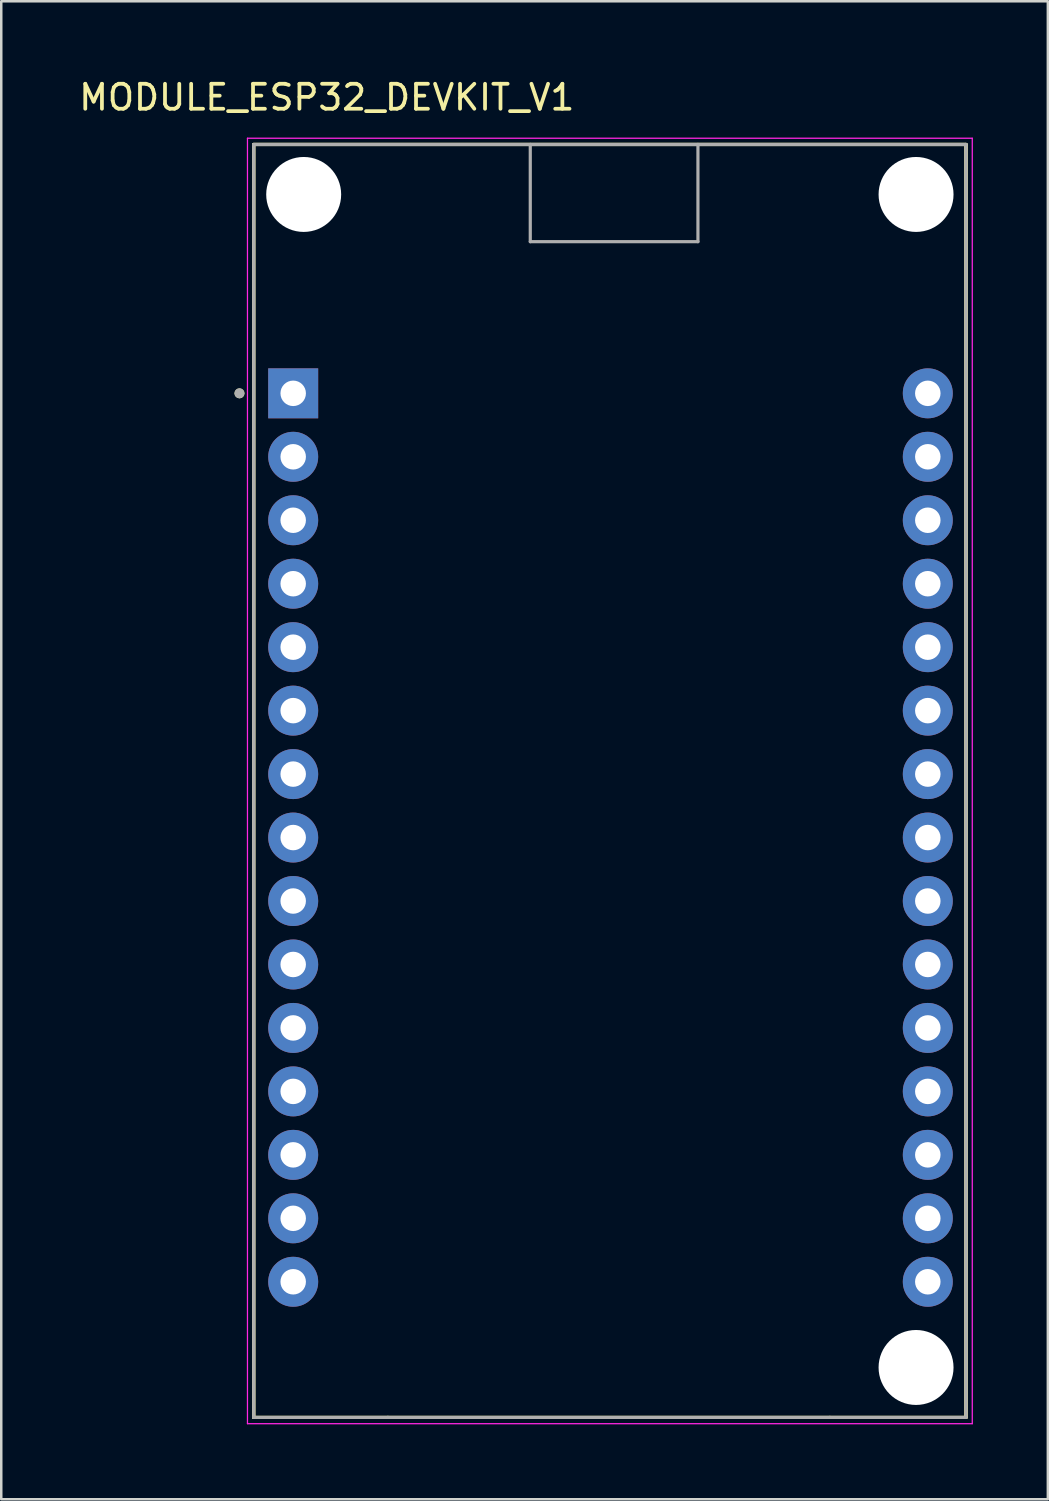
<source format=kicad_pcb>
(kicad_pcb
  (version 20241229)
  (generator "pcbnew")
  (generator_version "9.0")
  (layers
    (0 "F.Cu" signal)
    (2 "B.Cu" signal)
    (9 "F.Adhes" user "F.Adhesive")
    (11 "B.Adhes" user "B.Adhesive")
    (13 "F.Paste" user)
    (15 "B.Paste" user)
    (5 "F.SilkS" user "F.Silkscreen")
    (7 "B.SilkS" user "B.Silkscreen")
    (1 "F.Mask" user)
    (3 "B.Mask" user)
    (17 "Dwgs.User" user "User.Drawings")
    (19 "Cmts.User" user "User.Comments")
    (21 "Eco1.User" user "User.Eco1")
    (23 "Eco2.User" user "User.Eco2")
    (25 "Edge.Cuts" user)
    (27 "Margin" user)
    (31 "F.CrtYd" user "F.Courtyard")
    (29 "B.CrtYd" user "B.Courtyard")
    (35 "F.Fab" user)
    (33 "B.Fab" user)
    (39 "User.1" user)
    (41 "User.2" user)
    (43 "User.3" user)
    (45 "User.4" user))
  (footprint "MODULE_ESP32_DEVKIT_V1"
    (layer "F.Cu")
    (at 21.385 28.208)
    (property "Reference" "MODULE_ESP32_DEVKIT_V1" (at -11.355 -27.36 0) (layer "F.SilkS") (effects (font (size 1 1) (thickness 0.15))))
    (attr through_hole)
    (fp_line (start -14.28 -25.475) (end -3.211 -25.475) (stroke (width 0.127) (type solid)) (layer "F.SilkS"))
    (fp_line (start -14.28 -25.475) (end 14.23 -25.475) (stroke (width 0.127) (type solid)) (layer "F.SilkS"))
    (fp_line (start -14.28 25.475) (end -14.28 -25.475) (stroke (width 0.127) (type solid)) (layer "F.SilkS"))
    (fp_line (start -14.28 25.475) (end -14.28 -25.475) (stroke (width 0.127) (type solid)) (layer "F.SilkS"))
    (fp_line (start -14.28 25.475) (end -8.91 25.475) (stroke (width 0.127) (type solid)) (layer "F.SilkS"))
    (fp_line (start -8.91 25.475) (end 8.78 25.475) (stroke (width 0.127) (type solid)) (layer "F.SilkS"))
    (fp_line (start -3.211 -25.475) (end 3.5 -25.475) (stroke (width 0.127) (type solid)) (layer "F.SilkS"))
    (fp_line (start 3.5 -25.475) (end 14.23 -25.475) (stroke (width 0.127) (type solid)) (layer "F.SilkS"))
    (fp_line (start 8.78 25.475) (end 14.23 25.475) (stroke (width 0.127) (type solid)) (layer "F.SilkS"))
    (fp_line (start 14.23 -25.475) (end 14.23 25.475) (stroke (width 0.127) (type solid)) (layer "F.SilkS"))
    (fp_line (start 14.23 -25.475) (end 14.23 25.475) (stroke (width 0.127) (type solid)) (layer "F.SilkS"))
    (fp_line (start 14.23 25.475) (end -14.28 25.475) (stroke (width 0.127) (type solid)) (layer "F.SilkS"))
    (fp_circle (center -14.85 -15.515) (end -14.75 -15.515) (stroke (width 0.2) (type solid)) (fill no) (layer "F.SilkS"))
    (fp_line (start -14.53 -25.725) (end -14.53 25.725) (stroke (width 0.05) (type solid)) (layer "F.CrtYd"))
    (fp_line (start -14.53 25.725) (end 14.48 25.725) (stroke (width 0.05) (type solid)) (layer "F.CrtYd"))
    (fp_line (start 14.48 -25.725) (end -14.53 -25.725) (stroke (width 0.05) (type solid)) (layer "F.CrtYd"))
    (fp_line (start 14.48 25.725) (end 14.48 -25.725) (stroke (width 0.05) (type solid)) (layer "F.CrtYd"))
    (fp_line (start -14.28 -25.475) (end -3.211 -25.475) (stroke (width 0.127) (type solid)) (layer "F.Fab"))
    (fp_line (start -14.28 25.475) (end -14.28 -25.475) (stroke (width 0.127) (type solid)) (layer "F.Fab"))
    (fp_line (start -14.28 25.475) (end -8.91 25.475) (stroke (width 0.127) (type solid)) (layer "F.Fab"))
    (fp_line (start -8.91 25.475) (end 8.78 25.475) (stroke (width 0.127) (type solid)) (layer "F.Fab"))
    (fp_line (start -3.211 -25.475) (end 3.5 -25.475) (stroke (width 0.127) (type solid)) (layer "F.Fab"))
    (fp_line (start -3.211 -21.585) (end -3.211 -25.475) (stroke (width 0.127) (type solid)) (layer "F.Fab"))
    (fp_line (start 3.5 -25.475) (end 3.5 -21.585) (stroke (width 0.127) (type solid)) (layer "F.Fab"))
    (fp_line (start 3.5 -25.475) (end 14.23 -25.475) (stroke (width 0.127) (type solid)) (layer "F.Fab"))
    (fp_line (start 3.5 -21.585) (end -3.211 -21.585) (stroke (width 0.127) (type solid)) (layer "F.Fab"))
    (fp_line (start 8.78 25.475) (end 14.23 25.475) (stroke (width 0.127) (type solid)) (layer "F.Fab"))
    (fp_line (start 14.23 -25.475) (end 14.23 25.475) (stroke (width 0.127) (type solid)) (layer "F.Fab"))
    (fp_circle (center -14.85 -15.515) (end -14.75 -15.515) (stroke (width 0.2) (type solid)) (fill no) (layer "F.Fab"))
    (pad "" np_thru_hole circle (at -12.28 -23.475) (size 3 3) (drill 3) (layers "*.Cu" "*.Mask"))
    (pad "" np_thru_hole circle (at 12.23 -23.475) (size 3 3) (drill 3) (layers "*.Cu" "*.Mask"))
    (pad "" np_thru_hole circle (at 12.23 23.475) (size 3 3) (drill 3) (layers "*.Cu" "*.Mask"))
    (pad "1" thru_hole rect (at -12.7 -15.515) (size 2 2) (drill 1.02) (layers "*.Cu" "*.Mask"))
    (pad "2" thru_hole circle (at -12.7 -12.975) (size 2 2) (drill 1.02) (layers "*.Cu" "*.Mask"))
    (pad "3" thru_hole circle (at -12.7 -10.435) (size 2 2) (drill 1.02) (layers "*.Cu" "*.Mask"))
    (pad "4" thru_hole circle (at -12.7 -7.895) (size 2 2) (drill 1.02) (layers "*.Cu" "*.Mask"))
    (pad "5" thru_hole circle (at -12.7 -5.355) (size 2 2) (drill 1.02) (layers "*.Cu" "*.Mask"))
    (pad "6" thru_hole circle (at -12.7 -2.815) (size 2 2) (drill 1.02) (layers "*.Cu" "*.Mask"))
    (pad "7" thru_hole circle (at -12.7 -0.275) (size 2 2) (drill 1.02) (layers "*.Cu" "*.Mask"))
    (pad "8" thru_hole circle (at -12.7 2.265) (size 2 2) (drill 1.02) (layers "*.Cu" "*.Mask"))
    (pad "9" thru_hole circle (at -12.7 4.805) (size 2 2) (drill 1.02) (layers "*.Cu" "*.Mask"))
    (pad "10" thru_hole circle (at -12.7 7.345) (size 2 2) (drill 1.02) (layers "*.Cu" "*.Mask"))
    (pad "11" thru_hole circle (at -12.7 9.885) (size 2 2) (drill 1.02) (layers "*.Cu" "*.Mask"))
    (pad "12" thru_hole circle (at -12.7 12.425) (size 2 2) (drill 1.02) (layers "*.Cu" "*.Mask"))
    (pad "13" thru_hole circle (at -12.7 14.965) (size 2 2) (drill 1.02) (layers "*.Cu" "*.Mask"))
    (pad "14" thru_hole circle (at -12.7 17.505) (size 2 2) (drill 1.02) (layers "*.Cu" "*.Mask"))
    (pad "15" thru_hole circle (at -12.7 20.045) (size 2 2) (drill 1.02) (layers "*.Cu" "*.Mask"))
    (pad "16" thru_hole circle (at 12.7 20.045) (size 2 2) (drill 1.02) (layers "*.Cu" "*.Mask"))
    (pad "17" thru_hole circle (at 12.7 17.505) (size 2 2) (drill 1.02) (layers "*.Cu" "*.Mask"))
    (pad "18" thru_hole circle (at 12.7 14.965) (size 2 2) (drill 1.02) (layers "*.Cu" "*.Mask"))
    (pad "19" thru_hole circle (at 12.7 12.425) (size 2 2) (drill 1.02) (layers "*.Cu" "*.Mask"))
    (pad "20" thru_hole circle (at 12.7 9.885) (size 2 2) (drill 1.02) (layers "*.Cu" "*.Mask"))
    (pad "21" thru_hole circle (at 12.7 7.345) (size 2 2) (drill 1.02) (layers "*.Cu" "*.Mask"))
    (pad "22" thru_hole circle (at 12.7 4.805) (size 2 2) (drill 1.02) (layers "*.Cu" "*.Mask"))
    (pad "23" thru_hole circle (at 12.7 2.265) (size 2 2) (drill 1.02) (layers "*.Cu" "*.Mask"))
    (pad "24" thru_hole circle (at 12.7 -0.275) (size 2 2) (drill 1.02) (layers "*.Cu" "*.Mask"))
    (pad "25" thru_hole circle (at 12.7 -2.815) (size 2 2) (drill 1.02) (layers "*.Cu" "*.Mask"))
    (pad "26" thru_hole circle (at 12.7 -5.355) (size 2 2) (drill 1.02) (layers "*.Cu" "*.Mask"))
    (pad "27" thru_hole circle (at 12.7 -7.895) (size 2 2) (drill 1.02) (layers "*.Cu" "*.Mask"))
    (pad "28" thru_hole circle (at 12.7 -10.435) (size 2 2) (drill 1.02) (layers "*.Cu" "*.Mask"))
    (pad "29" thru_hole circle (at 12.7 -12.975) (size 2 2) (drill 1.02) (layers "*.Cu" "*.Mask"))
    (pad "30" thru_hole circle (at 12.7 -15.515) (size 2 2) (drill 1.02) (layers "*.Cu" "*.Mask")))
  (gr_rect
    (start -3 -3)
    (end 38.89 56.958)
    (stroke (width 0.1) (type default))
    (fill no)
    (layer "Edge.Cuts")))
</source>
